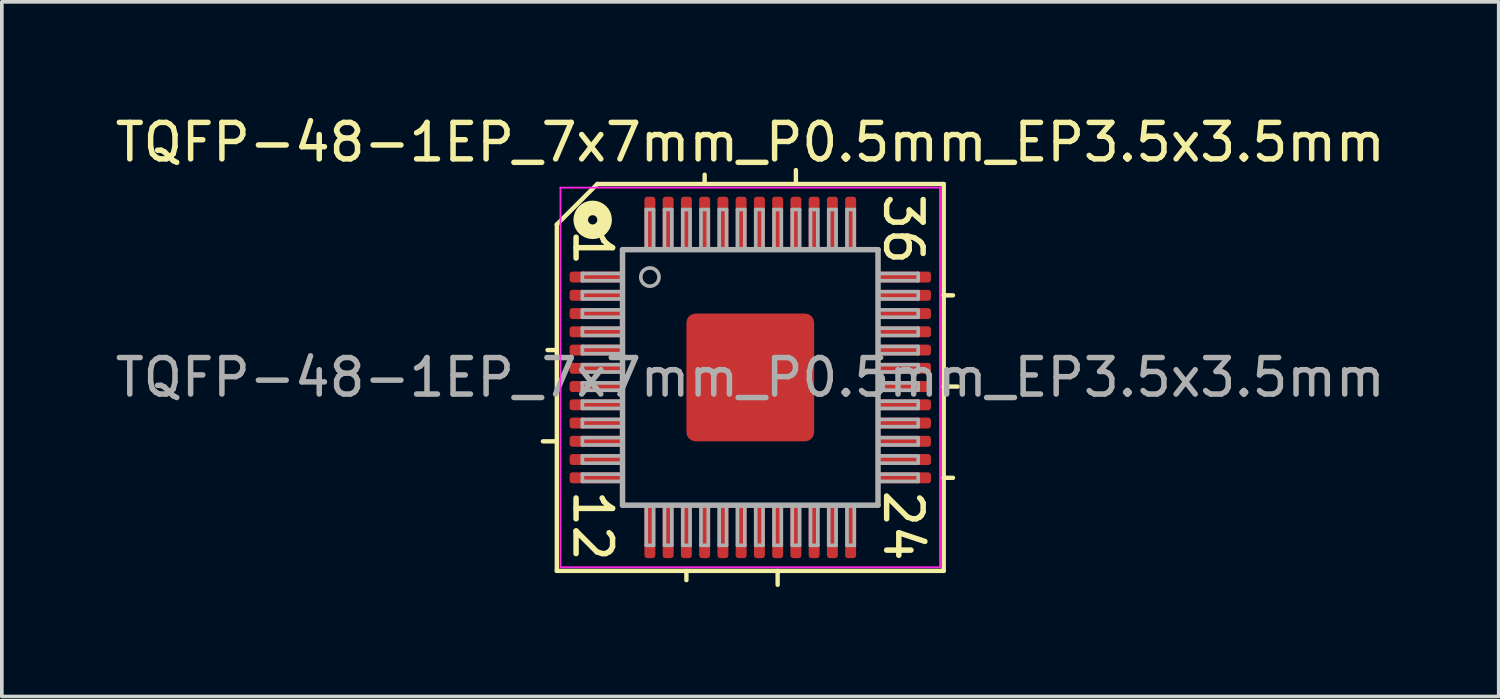
<source format=kicad_pcb>
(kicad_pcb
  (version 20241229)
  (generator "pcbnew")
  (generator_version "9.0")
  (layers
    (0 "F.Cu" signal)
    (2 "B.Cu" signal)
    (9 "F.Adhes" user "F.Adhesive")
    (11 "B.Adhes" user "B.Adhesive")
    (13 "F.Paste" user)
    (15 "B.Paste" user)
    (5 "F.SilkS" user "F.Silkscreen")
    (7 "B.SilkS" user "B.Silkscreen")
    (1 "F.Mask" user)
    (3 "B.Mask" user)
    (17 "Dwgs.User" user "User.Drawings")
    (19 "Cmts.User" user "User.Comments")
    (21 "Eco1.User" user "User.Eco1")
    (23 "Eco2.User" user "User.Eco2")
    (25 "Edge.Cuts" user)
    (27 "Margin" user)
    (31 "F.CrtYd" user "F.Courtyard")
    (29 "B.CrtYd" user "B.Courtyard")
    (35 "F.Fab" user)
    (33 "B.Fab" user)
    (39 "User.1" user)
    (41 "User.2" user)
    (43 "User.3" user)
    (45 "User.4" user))
  (footprint "TQFP-48-1EP_7x7mm_P0.5mm_EP3.5x3.5mm"
    (layer "F.Cu")
    (at 17.506 7.291)
    (property "Reference" "TQFP-48-1EP_7x7mm_P0.5mm_EP3.5x3.5mm" (at 0 -6.443 0) (layer "F.SilkS") (effects (font (size 1 1) (thickness 0.15))))
    (attr smd)
    (fp_line (start -5.3 -4.191) (end -5.3 5.3) (stroke (width 0.12) (type solid)) (layer "F.SilkS"))
    (fp_line (start -5.3 -0.75) (end -5.554 -0.75) (stroke (width 0.12) (type solid)) (layer "F.SilkS"))
    (fp_line (start -5.3 1.75) (end -5.681 1.75) (stroke (width 0.12) (type solid)) (layer "F.SilkS"))
    (fp_line (start -5.3 5.3) (end 5.3 5.3) (stroke (width 0.12) (type solid)) (layer "F.SilkS"))
    (fp_line (start -4.191 -5.3) (end -5.3 -4.191) (stroke (width 0.12) (type solid)) (layer "F.SilkS"))
    (fp_line (start -1.75 5.3) (end -1.75 5.554) (stroke (width 0.12) (type solid)) (layer "F.SilkS"))
    (fp_line (start -1.25 -5.3) (end -1.25 -5.554) (stroke (width 0.12) (type solid)) (layer "F.SilkS"))
    (fp_line (start 0.75 5.3) (end 0.75 5.681) (stroke (width 0.12) (type solid)) (layer "F.SilkS"))
    (fp_line (start 1.25 -5.3) (end 1.25 -5.681) (stroke (width 0.12) (type solid)) (layer "F.SilkS"))
    (fp_line (start 5.3 -5.3) (end -4.191 -5.3) (stroke (width 0.12) (type solid)) (layer "F.SilkS"))
    (fp_line (start 5.3 -2.25) (end 5.554 -2.25) (stroke (width 0.12) (type solid)) (layer "F.SilkS"))
    (fp_line (start 5.3 0.25) (end 5.681 0.25) (stroke (width 0.12) (type solid)) (layer "F.SilkS"))
    (fp_line (start 5.3 2.75) (end 5.554 2.75) (stroke (width 0.12) (type solid)) (layer "F.SilkS"))
    (fp_line (start 5.3 5.3) (end 5.3 -5.3) (stroke (width 0.12) (type solid)) (layer "F.SilkS"))
    (fp_circle (center -4.318 -4.318) (end -4.191 -4.318) (stroke (width 0.4) (type solid)) (fill no) (layer "F.SilkS"))
    (fp_line (start -5.2 -5.2) (end -5.2 5.2) (stroke (width 0.05) (type solid)) (layer "F.CrtYd"))
    (fp_line (start -5.2 -5.2) (end 5.2 -5.2) (stroke (width 0.05) (type solid)) (layer "F.CrtYd"))
    (fp_line (start -5.2 5.2) (end 5.2 5.2) (stroke (width 0.05) (type solid)) (layer "F.CrtYd"))
    (fp_line (start 5.2 -5.2) (end 5.2 5.2) (stroke (width 0.05) (type solid)) (layer "F.CrtYd"))
    (fp_line (start -4.6 -2.85) (end -4.6 -2.65) (stroke (width 0.1) (type solid)) (layer "F.Fab"))
    (fp_line (start -4.6 -2.85) (end -3.5 -2.85) (stroke (width 0.1) (type solid)) (layer "F.Fab"))
    (fp_line (start -4.6 -2.65) (end -3.5 -2.65) (stroke (width 0.1) (type solid)) (layer "F.Fab"))
    (fp_line (start -4.6 -2.35) (end -4.6 -2.15) (stroke (width 0.1) (type solid)) (layer "F.Fab"))
    (fp_line (start -4.6 -2.35) (end -3.5 -2.35) (stroke (width 0.1) (type solid)) (layer "F.Fab"))
    (fp_line (start -4.6 -2.15) (end -3.5 -2.15) (stroke (width 0.1) (type solid)) (layer "F.Fab"))
    (fp_line (start -4.6 -1.85) (end -4.6 -1.65) (stroke (width 0.1) (type solid)) (layer "F.Fab"))
    (fp_line (start -4.6 -1.85) (end -3.5 -1.85) (stroke (width 0.1) (type solid)) (layer "F.Fab"))
    (fp_line (start -4.6 -1.65) (end -3.5 -1.65) (stroke (width 0.1) (type solid)) (layer "F.Fab"))
    (fp_line (start -4.6 -1.35) (end -4.6 -1.15) (stroke (width 0.1) (type solid)) (layer "F.Fab"))
    (fp_line (start -4.6 -1.35) (end -3.5 -1.35) (stroke (width 0.1) (type solid)) (layer "F.Fab"))
    (fp_line (start -4.6 -1.15) (end -3.5 -1.15) (stroke (width 0.1) (type solid)) (layer "F.Fab"))
    (fp_line (start -4.6 -0.85) (end -4.6 -0.65) (stroke (width 0.1) (type solid)) (layer "F.Fab"))
    (fp_line (start -4.6 -0.85) (end -3.5 -0.85) (stroke (width 0.1) (type solid)) (layer "F.Fab"))
    (fp_line (start -4.6 -0.65) (end -3.5 -0.65) (stroke (width 0.1) (type solid)) (layer "F.Fab"))
    (fp_line (start -4.6 -0.35) (end -4.6 -0.15) (stroke (width 0.1) (type solid)) (layer "F.Fab"))
    (fp_line (start -4.6 -0.35) (end -3.5 -0.35) (stroke (width 0.1) (type solid)) (layer "F.Fab"))
    (fp_line (start -4.6 -0.15) (end -3.5 -0.15) (stroke (width 0.1) (type solid)) (layer "F.Fab"))
    (fp_line (start -4.6 0.15) (end -4.6 0.35) (stroke (width 0.1) (type solid)) (layer "F.Fab"))
    (fp_line (start -4.6 0.15) (end -3.5 0.15) (stroke (width 0.1) (type solid)) (layer "F.Fab"))
    (fp_line (start -4.6 0.35) (end -3.5 0.35) (stroke (width 0.1) (type solid)) (layer "F.Fab"))
    (fp_line (start -4.6 0.65) (end -4.6 0.85) (stroke (width 0.1) (type solid)) (layer "F.Fab"))
    (fp_line (start -4.6 0.65) (end -3.5 0.65) (stroke (width 0.1) (type solid)) (layer "F.Fab"))
    (fp_line (start -4.6 0.85) (end -3.5 0.85) (stroke (width 0.1) (type solid)) (layer "F.Fab"))
    (fp_line (start -4.6 1.15) (end -4.6 1.35) (stroke (width 0.1) (type solid)) (layer "F.Fab"))
    (fp_line (start -4.6 1.15) (end -3.5 1.15) (stroke (width 0.1) (type solid)) (layer "F.Fab"))
    (fp_line (start -4.6 1.35) (end -3.5 1.35) (stroke (width 0.1) (type solid)) (layer "F.Fab"))
    (fp_line (start -4.6 1.65) (end -4.6 1.85) (stroke (width 0.1) (type solid)) (layer "F.Fab"))
    (fp_line (start -4.6 1.65) (end -3.5 1.65) (stroke (width 0.1) (type solid)) (layer "F.Fab"))
    (fp_line (start -4.6 1.85) (end -3.5 1.85) (stroke (width 0.1) (type solid)) (layer "F.Fab"))
    (fp_line (start -4.6 2.15) (end -4.6 2.35) (stroke (width 0.1) (type solid)) (layer "F.Fab"))
    (fp_line (start -4.6 2.15) (end -3.5 2.15) (stroke (width 0.1) (type solid)) (layer "F.Fab"))
    (fp_line (start -4.6 2.35) (end -3.5 2.35) (stroke (width 0.1) (type solid)) (layer "F.Fab"))
    (fp_line (start -4.6 2.65) (end -4.6 2.85) (stroke (width 0.1) (type solid)) (layer "F.Fab"))
    (fp_line (start -4.6 2.65) (end -3.5 2.65) (stroke (width 0.1) (type solid)) (layer "F.Fab"))
    (fp_line (start -4.6 2.85) (end -3.5 2.85) (stroke (width 0.1) (type solid)) (layer "F.Fab"))
    (fp_line (start -3.5 -3.5) (end 3.5 -3.5) (stroke (width 0.15) (type solid)) (layer "F.Fab"))
    (fp_line (start -3.5 3.5) (end -3.5 -3.5) (stroke (width 0.15) (type solid)) (layer "F.Fab"))
    (fp_line (start -2.85 -4.6) (end -2.85 -3.5) (stroke (width 0.1) (type solid)) (layer "F.Fab"))
    (fp_line (start -2.85 4.6) (end -2.85 3.5) (stroke (width 0.1) (type solid)) (layer "F.Fab"))
    (fp_line (start -2.85 4.6) (end -2.65 4.6) (stroke (width 0.1) (type solid)) (layer "F.Fab"))
    (fp_line (start -2.65 -4.6) (end -2.85 -4.6) (stroke (width 0.1) (type solid)) (layer "F.Fab"))
    (fp_line (start -2.65 -4.6) (end -2.65 -3.5) (stroke (width 0.1) (type solid)) (layer "F.Fab"))
    (fp_line (start -2.65 4.6) (end -2.65 3.5) (stroke (width 0.1) (type solid)) (layer "F.Fab"))
    (fp_line (start -2.35 -4.6) (end -2.35 -3.5) (stroke (width 0.1) (type solid)) (layer "F.Fab"))
    (fp_line (start -2.35 4.6) (end -2.35 3.5) (stroke (width 0.1) (type solid)) (layer "F.Fab"))
    (fp_line (start -2.35 4.6) (end -2.15 4.6) (stroke (width 0.1) (type solid)) (layer "F.Fab"))
    (fp_line (start -2.15 -4.6) (end -2.35 -4.6) (stroke (width 0.1) (type solid)) (layer "F.Fab"))
    (fp_line (start -2.15 -4.6) (end -2.15 -3.5) (stroke (width 0.1) (type solid)) (layer "F.Fab"))
    (fp_line (start -2.15 4.6) (end -2.15 3.5) (stroke (width 0.1) (type solid)) (layer "F.Fab"))
    (fp_line (start -1.85 -4.6) (end -1.85 -3.5) (stroke (width 0.1) (type solid)) (layer "F.Fab"))
    (fp_line (start -1.85 4.6) (end -1.85 3.5) (stroke (width 0.1) (type solid)) (layer "F.Fab"))
    (fp_line (start -1.85 4.6) (end -1.65 4.6) (stroke (width 0.1) (type solid)) (layer "F.Fab"))
    (fp_line (start -1.65 -4.6) (end -1.85 -4.6) (stroke (width 0.1) (type solid)) (layer "F.Fab"))
    (fp_line (start -1.65 -4.6) (end -1.65 -3.5) (stroke (width 0.1) (type solid)) (layer "F.Fab"))
    (fp_line (start -1.65 4.6) (end -1.65 3.5) (stroke (width 0.1) (type solid)) (layer "F.Fab"))
    (fp_line (start -1.35 -4.6) (end -1.35 -3.5) (stroke (width 0.1) (type solid)) (layer "F.Fab"))
    (fp_line (start -1.35 4.6) (end -1.35 3.5) (stroke (width 0.1) (type solid)) (layer "F.Fab"))
    (fp_line (start -1.35 4.6) (end -1.15 4.6) (stroke (width 0.1) (type solid)) (layer "F.Fab"))
    (fp_line (start -1.15 -4.6) (end -1.35 -4.6) (stroke (width 0.1) (type solid)) (layer "F.Fab"))
    (fp_line (start -1.15 -4.6) (end -1.15 -3.5) (stroke (width 0.1) (type solid)) (layer "F.Fab"))
    (fp_line (start -1.15 4.6) (end -1.15 3.5) (stroke (width 0.1) (type solid)) (layer "F.Fab"))
    (fp_line (start -0.85 -4.6) (end -0.85 -3.5) (stroke (width 0.1) (type solid)) (layer "F.Fab"))
    (fp_line (start -0.85 4.6) (end -0.85 3.5) (stroke (width 0.1) (type solid)) (layer "F.Fab"))
    (fp_line (start -0.85 4.6) (end -0.65 4.6) (stroke (width 0.1) (type solid)) (layer "F.Fab"))
    (fp_line (start -0.65 -4.6) (end -0.85 -4.6) (stroke (width 0.1) (type solid)) (layer "F.Fab"))
    (fp_line (start -0.65 -4.6) (end -0.65 -3.5) (stroke (width 0.1) (type solid)) (layer "F.Fab"))
    (fp_line (start -0.65 4.6) (end -0.65 3.5) (stroke (width 0.1) (type solid)) (layer "F.Fab"))
    (fp_line (start -0.35 -4.6) (end -0.35 -3.5) (stroke (width 0.1) (type solid)) (layer "F.Fab"))
    (fp_line (start -0.35 4.6) (end -0.35 3.5) (stroke (width 0.1) (type solid)) (layer "F.Fab"))
    (fp_line (start -0.35 4.6) (end -0.15 4.6) (stroke (width 0.1) (type solid)) (layer "F.Fab"))
    (fp_line (start -0.15 -4.6) (end -0.35 -4.6) (stroke (width 0.1) (type solid)) (layer "F.Fab"))
    (fp_line (start -0.15 -4.6) (end -0.15 -3.5) (stroke (width 0.1) (type solid)) (layer "F.Fab"))
    (fp_line (start -0.15 4.6) (end -0.15 3.5) (stroke (width 0.1) (type solid)) (layer "F.Fab"))
    (fp_line (start 0.15 -4.6) (end 0.15 -3.5) (stroke (width 0.1) (type solid)) (layer "F.Fab"))
    (fp_line (start 0.15 4.6) (end 0.15 3.5) (stroke (width 0.1) (type solid)) (layer "F.Fab"))
    (fp_line (start 0.15 4.6) (end 0.35 4.6) (stroke (width 0.1) (type solid)) (layer "F.Fab"))
    (fp_line (start 0.35 -4.6) (end 0.15 -4.6) (stroke (width 0.1) (type solid)) (layer "F.Fab"))
    (fp_line (start 0.35 -4.6) (end 0.35 -3.5) (stroke (width 0.1) (type solid)) (layer "F.Fab"))
    (fp_line (start 0.35 4.6) (end 0.35 3.5) (stroke (width 0.1) (type solid)) (layer "F.Fab"))
    (fp_line (start 0.65 -4.6) (end 0.65 -3.5) (stroke (width 0.1) (type solid)) (layer "F.Fab"))
    (fp_line (start 0.65 4.6) (end 0.65 3.5) (stroke (width 0.1) (type solid)) (layer "F.Fab"))
    (fp_line (start 0.65 4.6) (end 0.85 4.6) (stroke (width 0.1) (type solid)) (layer "F.Fab"))
    (fp_line (start 0.85 -4.6) (end 0.65 -4.6) (stroke (width 0.1) (type solid)) (layer "F.Fab"))
    (fp_line (start 0.85 -4.6) (end 0.85 -3.5) (stroke (width 0.1) (type solid)) (layer "F.Fab"))
    (fp_line (start 0.85 4.6) (end 0.85 3.5) (stroke (width 0.1) (type solid)) (layer "F.Fab"))
    (fp_line (start 1.15 -4.6) (end 1.15 -3.5) (stroke (width 0.1) (type solid)) (layer "F.Fab"))
    (fp_line (start 1.15 4.6) (end 1.15 3.5) (stroke (width 0.1) (type solid)) (layer "F.Fab"))
    (fp_line (start 1.15 4.6) (end 1.35 4.6) (stroke (width 0.1) (type solid)) (layer "F.Fab"))
    (fp_line (start 1.35 -4.6) (end 1.15 -4.6) (stroke (width 0.1) (type solid)) (layer "F.Fab"))
    (fp_line (start 1.35 -4.6) (end 1.35 -3.5) (stroke (width 0.1) (type solid)) (layer "F.Fab"))
    (fp_line (start 1.35 4.6) (end 1.35 3.5) (stroke (width 0.1) (type solid)) (layer "F.Fab"))
    (fp_line (start 1.65 -4.6) (end 1.65 -3.5) (stroke (width 0.1) (type solid)) (layer "F.Fab"))
    (fp_line (start 1.65 4.6) (end 1.65 3.5) (stroke (width 0.1) (type solid)) (layer "F.Fab"))
    (fp_line (start 1.65 4.6) (end 1.85 4.6) (stroke (width 0.1) (type solid)) (layer "F.Fab"))
    (fp_line (start 1.85 -4.6) (end 1.65 -4.6) (stroke (width 0.1) (type solid)) (layer "F.Fab"))
    (fp_line (start 1.85 -4.6) (end 1.85 -3.5) (stroke (width 0.1) (type solid)) (layer "F.Fab"))
    (fp_line (start 1.85 4.6) (end 1.85 3.5) (stroke (width 0.1) (type solid)) (layer "F.Fab"))
    (fp_line (start 2.15 -4.6) (end 2.15 -3.5) (stroke (width 0.1) (type solid)) (layer "F.Fab"))
    (fp_line (start 2.15 4.6) (end 2.15 3.5) (stroke (width 0.1) (type solid)) (layer "F.Fab"))
    (fp_line (start 2.15 4.6) (end 2.35 4.6) (stroke (width 0.1) (type solid)) (layer "F.Fab"))
    (fp_line (start 2.35 -4.6) (end 2.15 -4.6) (stroke (width 0.1) (type solid)) (layer "F.Fab"))
    (fp_line (start 2.35 -4.6) (end 2.35 -3.5) (stroke (width 0.1) (type solid)) (layer "F.Fab"))
    (fp_line (start 2.35 4.6) (end 2.35 3.5) (stroke (width 0.1) (type solid)) (layer "F.Fab"))
    (fp_line (start 2.65 -4.6) (end 2.65 -3.5) (stroke (width 0.1) (type solid)) (layer "F.Fab"))
    (fp_line (start 2.65 4.6) (end 2.65 3.5) (stroke (width 0.1) (type solid)) (layer "F.Fab"))
    (fp_line (start 2.65 4.6) (end 2.85 4.6) (stroke (width 0.1) (type solid)) (layer "F.Fab"))
    (fp_line (start 2.85 -4.6) (end 2.65 -4.6) (stroke (width 0.1) (type solid)) (layer "F.Fab"))
    (fp_line (start 2.85 -4.6) (end 2.85 -3.5) (stroke (width 0.1) (type solid)) (layer "F.Fab"))
    (fp_line (start 2.85 4.6) (end 2.85 3.5) (stroke (width 0.1) (type solid)) (layer "F.Fab"))
    (fp_line (start 3.5 -3.5) (end 3.5 3.5) (stroke (width 0.15) (type solid)) (layer "F.Fab"))
    (fp_line (start 3.5 3.5) (end -3.5 3.5) (stroke (width 0.15) (type solid)) (layer "F.Fab"))
    (fp_line (start 4.6 -2.85) (end 3.5 -2.85) (stroke (width 0.1) (type solid)) (layer "F.Fab"))
    (fp_line (start 4.6 -2.65) (end 3.5 -2.65) (stroke (width 0.1) (type solid)) (layer "F.Fab"))
    (fp_line (start 4.6 -2.65) (end 4.6 -2.85) (stroke (width 0.1) (type solid)) (layer "F.Fab"))
    (fp_line (start 4.6 -2.35) (end 3.5 -2.35) (stroke (width 0.1) (type solid)) (layer "F.Fab"))
    (fp_line (start 4.6 -2.15) (end 3.5 -2.15) (stroke (width 0.1) (type solid)) (layer "F.Fab"))
    (fp_line (start 4.6 -2.15) (end 4.6 -2.35) (stroke (width 0.1) (type solid)) (layer "F.Fab"))
    (fp_line (start 4.6 -1.85) (end 3.5 -1.85) (stroke (width 0.1) (type solid)) (layer "F.Fab"))
    (fp_line (start 4.6 -1.65) (end 3.5 -1.65) (stroke (width 0.1) (type solid)) (layer "F.Fab"))
    (fp_line (start 4.6 -1.65) (end 4.6 -1.85) (stroke (width 0.1) (type solid)) (layer "F.Fab"))
    (fp_line (start 4.6 -1.35) (end 3.5 -1.35) (stroke (width 0.1) (type solid)) (layer "F.Fab"))
    (fp_line (start 4.6 -1.15) (end 3.5 -1.15) (stroke (width 0.1) (type solid)) (layer "F.Fab"))
    (fp_line (start 4.6 -1.15) (end 4.6 -1.35) (stroke (width 0.1) (type solid)) (layer "F.Fab"))
    (fp_line (start 4.6 -0.85) (end 3.5 -0.85) (stroke (width 0.1) (type solid)) (layer "F.Fab"))
    (fp_line (start 4.6 -0.65) (end 3.5 -0.65) (stroke (width 0.1) (type solid)) (layer "F.Fab"))
    (fp_line (start 4.6 -0.65) (end 4.6 -0.85) (stroke (width 0.1) (type solid)) (layer "F.Fab"))
    (fp_line (start 4.6 -0.35) (end 3.5 -0.35) (stroke (width 0.1) (type solid)) (layer "F.Fab"))
    (fp_line (start 4.6 -0.15) (end 3.5 -0.15) (stroke (width 0.1) (type solid)) (layer "F.Fab"))
    (fp_line (start 4.6 -0.15) (end 4.6 -0.35) (stroke (width 0.1) (type solid)) (layer "F.Fab"))
    (fp_line (start 4.6 0.15) (end 3.5 0.15) (stroke (width 0.1) (type solid)) (layer "F.Fab"))
    (fp_line (start 4.6 0.35) (end 3.5 0.35) (stroke (width 0.1) (type solid)) (layer "F.Fab"))
    (fp_line (start 4.6 0.35) (end 4.6 0.15) (stroke (width 0.1) (type solid)) (layer "F.Fab"))
    (fp_line (start 4.6 0.65) (end 3.5 0.65) (stroke (width 0.1) (type solid)) (layer "F.Fab"))
    (fp_line (start 4.6 0.85) (end 3.5 0.85) (stroke (width 0.1) (type solid)) (layer "F.Fab"))
    (fp_line (start 4.6 0.85) (end 4.6 0.65) (stroke (width 0.1) (type solid)) (layer "F.Fab"))
    (fp_line (start 4.6 1.15) (end 3.5 1.15) (stroke (width 0.1) (type solid)) (layer "F.Fab"))
    (fp_line (start 4.6 1.35) (end 3.5 1.35) (stroke (width 0.1) (type solid)) (layer "F.Fab"))
    (fp_line (start 4.6 1.35) (end 4.6 1.15) (stroke (width 0.1) (type solid)) (layer "F.Fab"))
    (fp_line (start 4.6 1.65) (end 3.5 1.65) (stroke (width 0.1) (type solid)) (layer "F.Fab"))
    (fp_line (start 4.6 1.85) (end 3.5 1.85) (stroke (width 0.1) (type solid)) (layer "F.Fab"))
    (fp_line (start 4.6 1.85) (end 4.6 1.65) (stroke (width 0.1) (type solid)) (layer "F.Fab"))
    (fp_line (start 4.6 2.15) (end 3.5 2.15) (stroke (width 0.1) (type solid)) (layer "F.Fab"))
    (fp_line (start 4.6 2.35) (end 3.5 2.35) (stroke (width 0.1) (type solid)) (layer "F.Fab"))
    (fp_line (start 4.6 2.35) (end 4.6 2.15) (stroke (width 0.1) (type solid)) (layer "F.Fab"))
    (fp_line (start 4.6 2.65) (end 3.5 2.65) (stroke (width 0.1) (type solid)) (layer "F.Fab"))
    (fp_line (start 4.6 2.85) (end 3.5 2.85) (stroke (width 0.1) (type solid)) (layer "F.Fab"))
    (fp_line (start 4.6 2.85) (end 4.6 2.65) (stroke (width 0.1) (type solid)) (layer "F.Fab"))
    (fp_circle (center -2.75 -2.75) (end -2.5 -2.75) (stroke (width 0.1) (type solid)) (fill no) (layer "F.Fab"))
    (fp_text user "24" (at 4.191 4.064 270) (unlocked yes) (layer "F.SilkS") (effects (font (size 1 1) (thickness 0.15))))
    (fp_text user "36" (at 4.191 -4.064 270) (unlocked yes) (layer "F.SilkS") (effects (font (size 1 1) (thickness 0.15))))
    (fp_text user "12" (at -4.318 4.064 270) (unlocked yes) (layer "F.SilkS") (effects (font (size 1 1) (thickness 0.15))))
    (fp_text user "1" (at -4.318 -3.556 270) (unlocked yes) (layer "F.SilkS") (effects (font (size 1 1) (thickness 0.15))))
    (fp_text user "${REFERENCE}" (at 0 0 0) (layer "F.Fab") (effects (font (size 1 1) (thickness 0.15))))
    (pad "" smd roundrect (at -0.875 -0.875) (size 1.35 1.35) (layers "F.Paste") (roundrect_rratio 0.185))
    (pad "" smd roundrect (at -0.875 0.875) (size 1.35 1.35) (layers "F.Paste") (roundrect_rratio 0.185))
    (pad "" smd roundrect (at 0.875 -0.875) (size 1.35 1.35) (layers "F.Paste") (roundrect_rratio 0.185))
    (pad "" smd roundrect (at 0.875 0.875) (size 1.35 1.35) (layers "F.Paste") (roundrect_rratio 0.185))
    (pad "1" smd roundrect (at -4.2 -2.75) (size 1.5 0.3) (layers "F.Cu" "F.Mask" "F.Paste") (roundrect_rratio 0.25))
    (pad "2" smd roundrect (at -4.2 -2.25) (size 1.5 0.3) (layers "F.Cu" "F.Mask" "F.Paste") (roundrect_rratio 0.25))
    (pad "3" smd roundrect (at -4.2 -1.75) (size 1.5 0.3) (layers "F.Cu" "F.Mask" "F.Paste") (roundrect_rratio 0.25))
    (pad "4" smd roundrect (at -4.2 -1.25) (size 1.5 0.3) (layers "F.Cu" "F.Mask" "F.Paste") (roundrect_rratio 0.25))
    (pad "5" smd roundrect (at -4.2 -0.75) (size 1.5 0.3) (layers "F.Cu" "F.Mask" "F.Paste") (roundrect_rratio 0.25))
    (pad "6" smd roundrect (at -4.2 -0.25) (size 1.5 0.3) (layers "F.Cu" "F.Mask" "F.Paste") (roundrect_rratio 0.25))
    (pad "7" smd roundrect (at -4.2 0.25) (size 1.5 0.3) (layers "F.Cu" "F.Mask" "F.Paste") (roundrect_rratio 0.25))
    (pad "8" smd roundrect (at -4.2 0.75) (size 1.5 0.3) (layers "F.Cu" "F.Mask" "F.Paste") (roundrect_rratio 0.25))
    (pad "9" smd roundrect (at -4.2 1.25) (size 1.5 0.3) (layers "F.Cu" "F.Mask" "F.Paste") (roundrect_rratio 0.25))
    (pad "10" smd roundrect (at -4.2 1.75) (size 1.5 0.3) (layers "F.Cu" "F.Mask" "F.Paste") (roundrect_rratio 0.25))
    (pad "11" smd roundrect (at -4.2 2.25) (size 1.5 0.3) (layers "F.Cu" "F.Mask" "F.Paste") (roundrect_rratio 0.25))
    (pad "12" smd roundrect (at -4.2 2.75) (size 1.5 0.3) (layers "F.Cu" "F.Mask" "F.Paste") (roundrect_rratio 0.25))
    (pad "13" smd roundrect (at -2.75 4.2 90) (size 1.5 0.3) (layers "F.Cu" "F.Mask" "F.Paste") (roundrect_rratio 0.25))
    (pad "14" smd roundrect (at -2.25 4.2 90) (size 1.5 0.3) (layers "F.Cu" "F.Mask" "F.Paste") (roundrect_rratio 0.25))
    (pad "15" smd roundrect (at -1.75 4.2 90) (size 1.5 0.3) (layers "F.Cu" "F.Mask" "F.Paste") (roundrect_rratio 0.25))
    (pad "16" smd roundrect (at -1.25 4.2 90) (size 1.5 0.3) (layers "F.Cu" "F.Mask" "F.Paste") (roundrect_rratio 0.25))
    (pad "17" smd roundrect (at -0.75 4.2 90) (size 1.5 0.3) (layers "F.Cu" "F.Mask" "F.Paste") (roundrect_rratio 0.25))
    (pad "18" smd roundrect (at -0.25 4.2 90) (size 1.5 0.3) (layers "F.Cu" "F.Mask" "F.Paste") (roundrect_rratio 0.25))
    (pad "19" smd roundrect (at 0.25 4.2 90) (size 1.5 0.3) (layers "F.Cu" "F.Mask" "F.Paste") (roundrect_rratio 0.25))
    (pad "20" smd roundrect (at 0.75 4.2 90) (size 1.5 0.3) (layers "F.Cu" "F.Mask" "F.Paste") (roundrect_rratio 0.25))
    (pad "21" smd roundrect (at 1.25 4.2 90) (size 1.5 0.3) (layers "F.Cu" "F.Mask" "F.Paste") (roundrect_rratio 0.25))
    (pad "22" smd roundrect (at 1.75 4.2 90) (size 1.5 0.3) (layers "F.Cu" "F.Mask" "F.Paste") (roundrect_rratio 0.25))
    (pad "23" smd roundrect (at 2.25 4.2 90) (size 1.5 0.3) (layers "F.Cu" "F.Mask" "F.Paste") (roundrect_rratio 0.25))
    (pad "24" smd roundrect (at 2.75 4.2 90) (size 1.5 0.3) (layers "F.Cu" "F.Mask" "F.Paste") (roundrect_rratio 0.25))
    (pad "25" smd roundrect (at 4.2 2.75) (size 1.5 0.3) (layers "F.Cu" "F.Mask" "F.Paste") (roundrect_rratio 0.25))
    (pad "26" smd roundrect (at 4.2 2.25) (size 1.5 0.3) (layers "F.Cu" "F.Mask" "F.Paste") (roundrect_rratio 0.25))
    (pad "27" smd roundrect (at 4.2 1.75) (size 1.5 0.3) (layers "F.Cu" "F.Mask" "F.Paste") (roundrect_rratio 0.25))
    (pad "28" smd roundrect (at 4.2 1.25) (size 1.5 0.3) (layers "F.Cu" "F.Mask" "F.Paste") (roundrect_rratio 0.25))
    (pad "29" smd roundrect (at 4.2 0.75) (size 1.5 0.3) (layers "F.Cu" "F.Mask" "F.Paste") (roundrect_rratio 0.25))
    (pad "30" smd roundrect (at 4.2 0.25) (size 1.5 0.3) (layers "F.Cu" "F.Mask" "F.Paste") (roundrect_rratio 0.25))
    (pad "31" smd roundrect (at 4.2 -0.25) (size 1.5 0.3) (layers "F.Cu" "F.Mask" "F.Paste") (roundrect_rratio 0.25))
    (pad "32" smd roundrect (at 4.2 -0.75) (size 1.5 0.3) (layers "F.Cu" "F.Mask" "F.Paste") (roundrect_rratio 0.25))
    (pad "33" smd roundrect (at 4.2 -1.25) (size 1.5 0.3) (layers "F.Cu" "F.Mask" "F.Paste") (roundrect_rratio 0.25))
    (pad "34" smd roundrect (at 4.2 -1.75) (size 1.5 0.3) (layers "F.Cu" "F.Mask" "F.Paste") (roundrect_rratio 0.25))
    (pad "35" smd roundrect (at 4.2 -2.25) (size 1.5 0.3) (layers "F.Cu" "F.Mask" "F.Paste") (roundrect_rratio 0.25))
    (pad "36" smd roundrect (at 4.2 -2.75) (size 1.5 0.3) (layers "F.Cu" "F.Mask" "F.Paste") (roundrect_rratio 0.25))
    (pad "37" smd roundrect (at 2.75 -4.2 90) (size 1.5 0.3) (layers "F.Cu" "F.Mask" "F.Paste") (roundrect_rratio 0.25))
    (pad "38" smd roundrect (at 2.25 -4.2 90) (size 1.5 0.3) (layers "F.Cu" "F.Mask" "F.Paste") (roundrect_rratio 0.25))
    (pad "39" smd roundrect (at 1.75 -4.2 90) (size 1.5 0.3) (layers "F.Cu" "F.Mask" "F.Paste") (roundrect_rratio 0.25))
    (pad "40" smd roundrect (at 1.25 -4.2 90) (size 1.5 0.3) (layers "F.Cu" "F.Mask" "F.Paste") (roundrect_rratio 0.25))
    (pad "41" smd roundrect (at 0.75 -4.2 90) (size 1.5 0.3) (layers "F.Cu" "F.Mask" "F.Paste") (roundrect_rratio 0.25))
    (pad "42" smd roundrect (at 0.25 -4.2 90) (size 1.5 0.3) (layers "F.Cu" "F.Mask" "F.Paste") (roundrect_rratio 0.25))
    (pad "43" smd roundrect (at -0.25 -4.2 90) (size 1.5 0.3) (layers "F.Cu" "F.Mask" "F.Paste") (roundrect_rratio 0.25))
    (pad "44" smd roundrect (at -0.75 -4.2 90) (size 1.5 0.3) (layers "F.Cu" "F.Mask" "F.Paste") (roundrect_rratio 0.25))
    (pad "45" smd roundrect (at -1.25 -4.2 90) (size 1.5 0.3) (layers "F.Cu" "F.Mask" "F.Paste") (roundrect_rratio 0.25))
    (pad "46" smd roundrect (at -1.75 -4.2 90) (size 1.5 0.3) (layers "F.Cu" "F.Mask" "F.Paste") (roundrect_rratio 0.25))
    (pad "47" smd roundrect (at -2.25 -4.2 90) (size 1.5 0.3) (layers "F.Cu" "F.Mask" "F.Paste") (roundrect_rratio 0.25))
    (pad "48" smd roundrect (at -2.75 -4.2 90) (size 1.5 0.3) (layers "F.Cu" "F.Mask" "F.Paste") (roundrect_rratio 0.25))
    (pad "49" smd roundrect (at 0 0) (size 3.5 3.5) (layers "F.Cu" "F.Mask") (roundrect_rratio 0.071)))
  (gr_rect
    (start -3 -3)
    (end 38.012 16.032)
    (stroke (width 0.1) (type default))
    (fill no)
    (layer "Edge.Cuts")))
</source>
